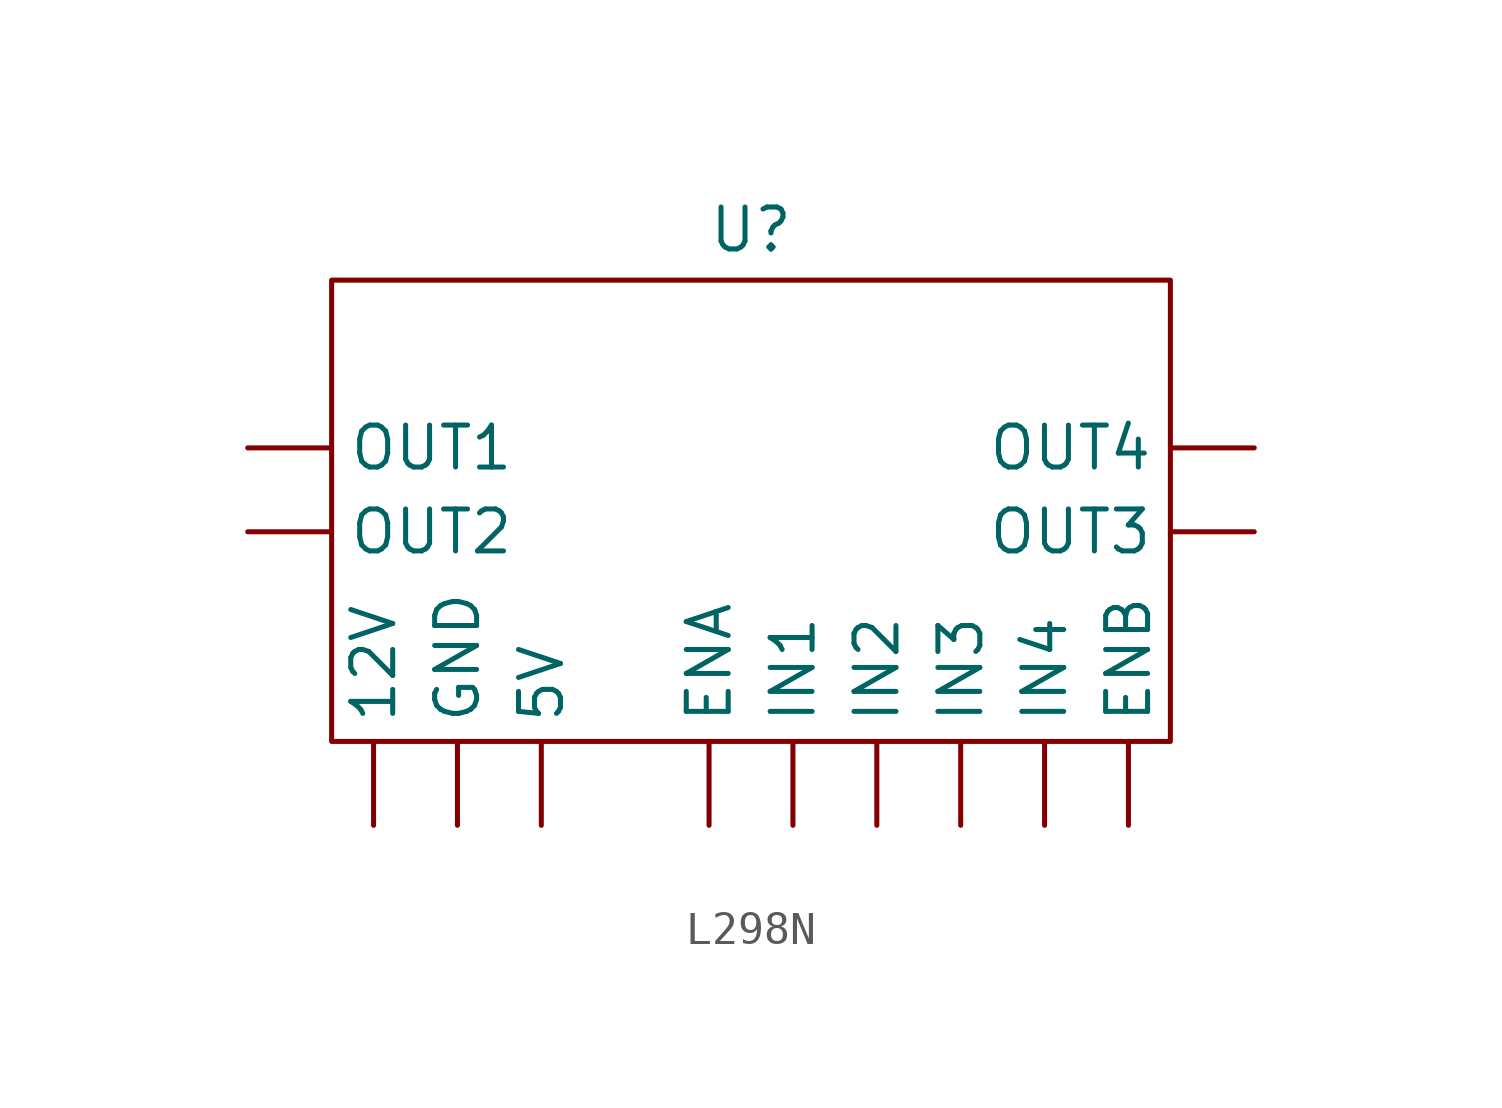
<source format=kicad_sym>
(kicad_symbol_lib
  (version 20231120)
  (generator "kicad_symbol_editor")
  (generator_version "8.0")
  (symbol "L298N"
    (property "Reference" "U"
      (at 0 5.334 0)
      (effects (font (size 1.27 1.27))))
    (property "Value" ""
      (at -12.7 0 0)
      (effects (font (size 1.27 1.27))))
    (symbol "L298N_0_1"
      (rectangle (start -12.7 3.81) (end 12.7 -10.16) (stroke (width 0) (type default)) (fill (type none))))
    (symbol "L298N_1_1"
      (pin power_in line (at -11.43 -12.7 90) (length 2.54) (name "12V" (effects (font (size 1.27 1.27)))) (number "" (effects (font (size 1.27 1.27)))))
      (pin power_in line (at -6.35 -12.7 90) (length 2.54) (name "5V" (effects (font (size 1.27 1.27)))) (number "" (effects (font (size 1.27 1.27)))))
      (pin input line (at -1.27 -12.7 90) (length 2.54) (name "ENA" (effects (font (size 1.27 1.27)))) (number "" (effects (font (size 1.27 1.27)))))
      (pin input line (at 11.43 -12.7 90) (length 2.54) (name "ENB" (effects (font (size 1.27 1.27)))) (number "" (effects (font (size 1.27 1.27)))))
      (pin power_in line (at -8.89 -12.7 90) (length 2.54) (name "GND" (effects (font (size 1.27 1.27)))) (number "" (effects (font (size 1.27 1.27)))))
      (pin input line (at 1.27 -12.7 90) (length 2.54) (name "IN1" (effects (font (size 1.27 1.27)))) (number "" (effects (font (size 1.27 1.27)))))
      (pin input line (at 3.81 -12.7 90) (length 2.54) (name "IN2" (effects (font (size 1.27 1.27)))) (number "" (effects (font (size 1.27 1.27)))))
      (pin input line (at 6.35 -12.7 90) (length 2.54) (name "IN3" (effects (font (size 1.27 1.27)))) (number "" (effects (font (size 1.27 1.27)))))
      (pin input line (at 8.89 -12.7 90) (length 2.54) (name "IN4" (effects (font (size 1.27 1.27)))) (number "" (effects (font (size 1.27 1.27)))))
      (pin output line (at -15.24 -1.27 0) (length 2.54) (name "OUT1" (effects (font (size 1.27 1.27)))) (number "" (effects (font (size 1.27 1.27)))))
      (pin output line (at -15.24 -3.81 0) (length 2.54) (name "OUT2" (effects (font (size 1.27 1.27)))) (number "" (effects (font (size 1.27 1.27)))))
      (pin output line (at 15.24 -3.81 180) (length 2.54) (name "OUT3" (effects (font (size 1.27 1.27)))) (number "" (effects (font (size 1.27 1.27)))))
      (pin output line (at 15.24 -1.27 180) (length 2.54) (name "OUT4" (effects (font (size 1.27 1.27)))) (number "" (effects (font (size 1.27 1.27))))))))
</source>
